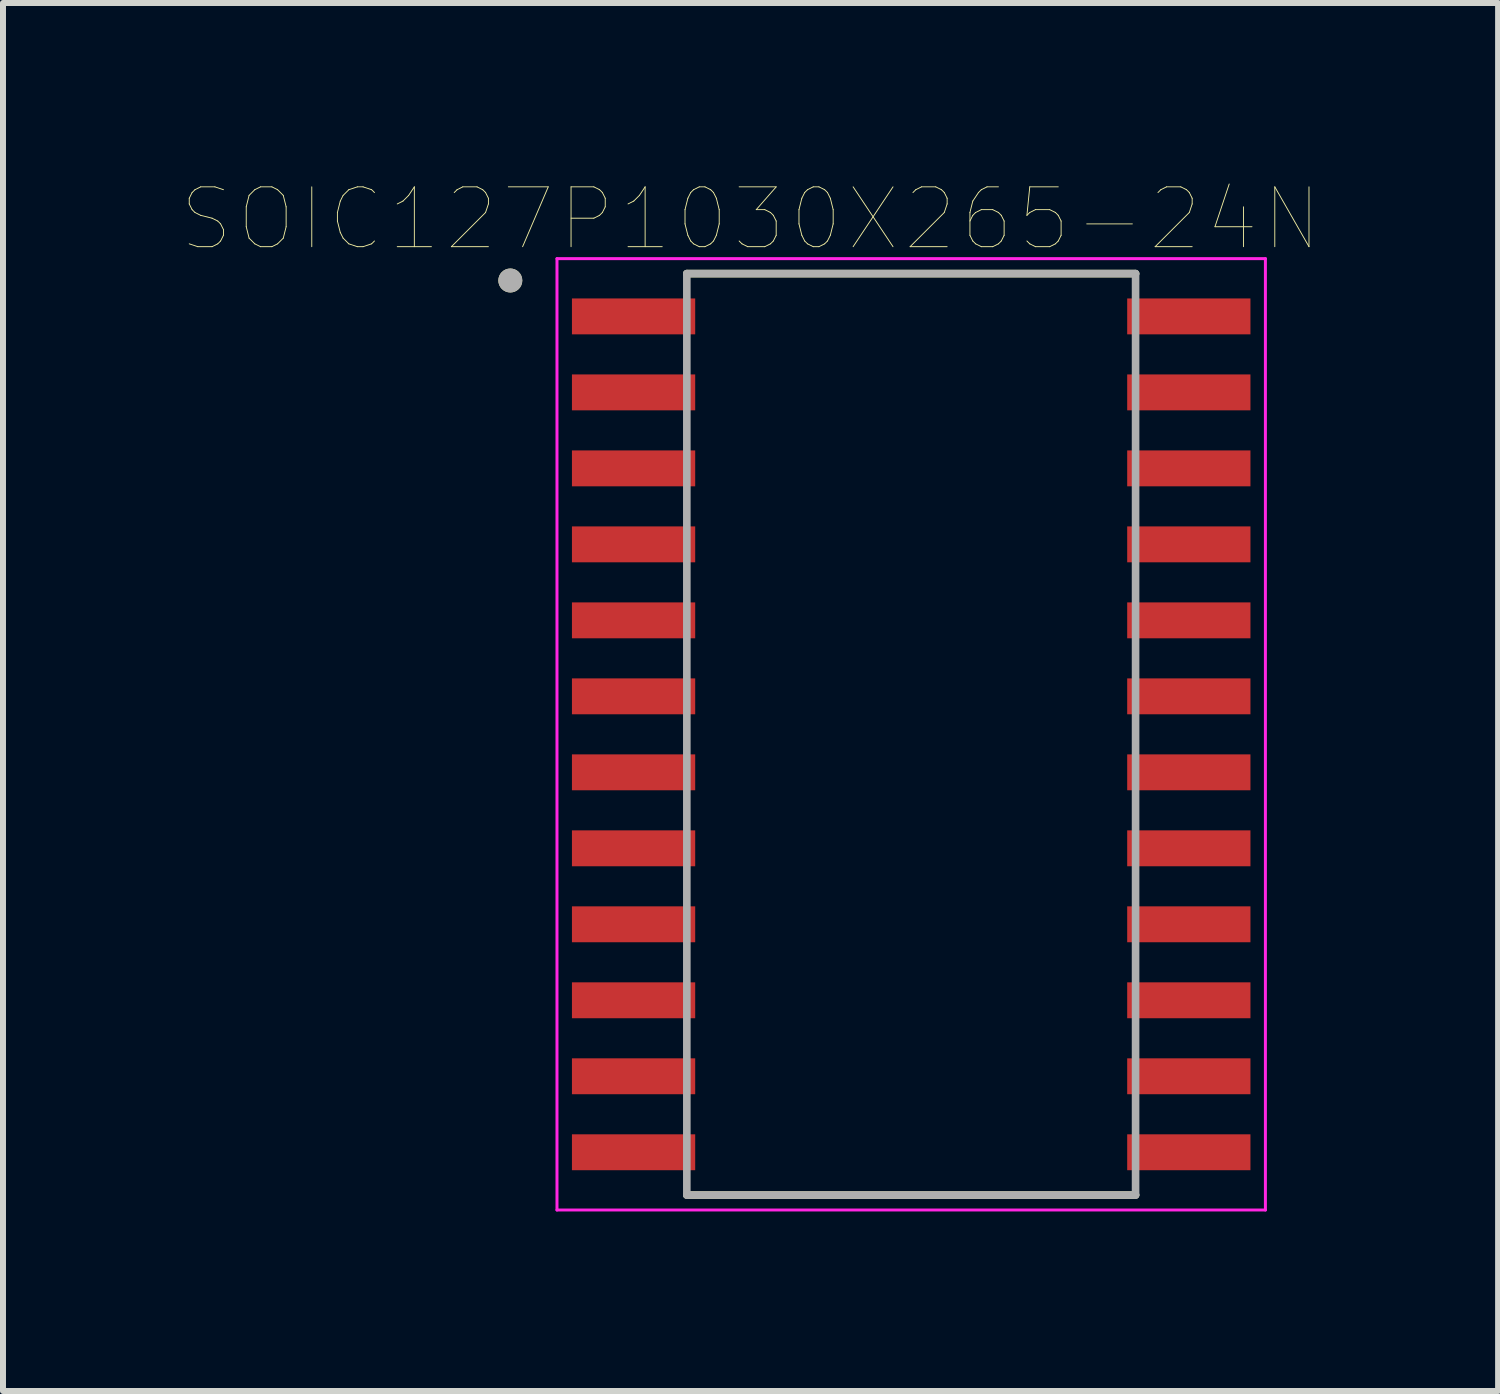
<source format=kicad_pcb>
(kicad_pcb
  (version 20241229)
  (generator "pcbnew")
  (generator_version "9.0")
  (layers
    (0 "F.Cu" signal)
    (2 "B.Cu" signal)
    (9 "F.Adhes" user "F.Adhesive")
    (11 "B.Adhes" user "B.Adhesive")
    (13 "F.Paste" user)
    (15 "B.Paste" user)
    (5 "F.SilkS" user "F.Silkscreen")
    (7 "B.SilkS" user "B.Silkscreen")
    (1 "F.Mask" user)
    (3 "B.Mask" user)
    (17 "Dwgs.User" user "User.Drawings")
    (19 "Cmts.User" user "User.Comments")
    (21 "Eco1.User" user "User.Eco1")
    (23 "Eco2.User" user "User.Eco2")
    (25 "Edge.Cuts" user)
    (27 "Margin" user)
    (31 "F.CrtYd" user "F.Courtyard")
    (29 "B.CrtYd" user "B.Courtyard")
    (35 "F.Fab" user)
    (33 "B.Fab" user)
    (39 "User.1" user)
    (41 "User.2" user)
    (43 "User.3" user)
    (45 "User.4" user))
  (footprint "SOIC127P1030X265-24N"
    (layer "F.Cu")
    (at 12.179 9.223)
    (property "Reference" "SOIC127P1030X265-24N" (at -2.685 -8.612 0) (layer "F.SilkS") (effects (font (size 1 1) (thickness 0.015))))
    (attr through_hole)
    (fp_line (start -3.75 -7.7) (end 3.75 -7.7) (stroke (width 0.127) (type solid)) (layer "F.SilkS"))
    (fp_line (start -3.75 7.7) (end 3.75 7.7) (stroke (width 0.127) (type solid)) (layer "F.SilkS"))
    (fp_circle (center -6.7 -7.585) (end -6.6 -7.585) (stroke (width 0.2) (type solid)) (fill no) (layer "F.SilkS"))
    (fp_line (start -5.92 -7.95) (end -5.92 7.95) (stroke (width 0.05) (type solid)) (layer "F.CrtYd"))
    (fp_line (start -5.92 -7.95) (end 5.92 -7.95) (stroke (width 0.05) (type solid)) (layer "F.CrtYd"))
    (fp_line (start -5.92 7.95) (end 5.92 7.95) (stroke (width 0.05) (type solid)) (layer "F.CrtYd"))
    (fp_line (start 5.92 -7.95) (end 5.92 7.95) (stroke (width 0.05) (type solid)) (layer "F.CrtYd"))
    (fp_line (start -3.75 -7.7) (end -3.75 7.7) (stroke (width 0.127) (type solid)) (layer "F.Fab"))
    (fp_line (start -3.75 -7.7) (end 3.75 -7.7) (stroke (width 0.127) (type solid)) (layer "F.Fab"))
    (fp_line (start -3.75 7.7) (end 3.75 7.7) (stroke (width 0.127) (type solid)) (layer "F.Fab"))
    (fp_line (start 3.75 -7.7) (end 3.75 7.7) (stroke (width 0.127) (type solid)) (layer "F.Fab"))
    (fp_circle (center -6.7 -7.585) (end -6.6 -7.585) (stroke (width 0.2) (type solid)) (fill no) (layer "F.Fab"))
    (pad "1" smd rect (at -4.64 -6.985) (size 2.06 0.6) (layers "F.Cu" "F.Mask" "F.Paste"))
    (pad "2" smd rect (at -4.64 -5.715) (size 2.06 0.6) (layers "F.Cu" "F.Mask" "F.Paste"))
    (pad "3" smd rect (at -4.64 -4.445) (size 2.06 0.6) (layers "F.Cu" "F.Mask" "F.Paste"))
    (pad "4" smd rect (at -4.64 -3.175) (size 2.06 0.6) (layers "F.Cu" "F.Mask" "F.Paste"))
    (pad "5" smd rect (at -4.64 -1.905) (size 2.06 0.6) (layers "F.Cu" "F.Mask" "F.Paste"))
    (pad "6" smd rect (at -4.64 -0.635) (size 2.06 0.6) (layers "F.Cu" "F.Mask" "F.Paste"))
    (pad "7" smd rect (at -4.64 0.635) (size 2.06 0.6) (layers "F.Cu" "F.Mask" "F.Paste"))
    (pad "8" smd rect (at -4.64 1.905) (size 2.06 0.6) (layers "F.Cu" "F.Mask" "F.Paste"))
    (pad "9" smd rect (at -4.64 3.175) (size 2.06 0.6) (layers "F.Cu" "F.Mask" "F.Paste"))
    (pad "10" smd rect (at -4.64 4.445) (size 2.06 0.6) (layers "F.Cu" "F.Mask" "F.Paste"))
    (pad "11" smd rect (at -4.64 5.715) (size 2.06 0.6) (layers "F.Cu" "F.Mask" "F.Paste"))
    (pad "12" smd rect (at -4.64 6.985) (size 2.06 0.6) (layers "F.Cu" "F.Mask" "F.Paste"))
    (pad "13" smd rect (at 4.64 6.985) (size 2.06 0.6) (layers "F.Cu" "F.Mask" "F.Paste"))
    (pad "14" smd rect (at 4.64 5.715) (size 2.06 0.6) (layers "F.Cu" "F.Mask" "F.Paste"))
    (pad "15" smd rect (at 4.64 4.445) (size 2.06 0.6) (layers "F.Cu" "F.Mask" "F.Paste"))
    (pad "16" smd rect (at 4.64 3.175) (size 2.06 0.6) (layers "F.Cu" "F.Mask" "F.Paste"))
    (pad "17" smd rect (at 4.64 1.905) (size 2.06 0.6) (layers "F.Cu" "F.Mask" "F.Paste"))
    (pad "18" smd rect (at 4.64 0.635) (size 2.06 0.6) (layers "F.Cu" "F.Mask" "F.Paste"))
    (pad "19" smd rect (at 4.64 -0.635) (size 2.06 0.6) (layers "F.Cu" "F.Mask" "F.Paste"))
    (pad "20" smd rect (at 4.64 -1.905) (size 2.06 0.6) (layers "F.Cu" "F.Mask" "F.Paste"))
    (pad "21" smd rect (at 4.64 -3.175) (size 2.06 0.6) (layers "F.Cu" "F.Mask" "F.Paste"))
    (pad "22" smd rect (at 4.64 -4.445) (size 2.06 0.6) (layers "F.Cu" "F.Mask" "F.Paste"))
    (pad "23" smd rect (at 4.64 -5.715) (size 2.06 0.6) (layers "F.Cu" "F.Mask" "F.Paste"))
    (pad "24" smd rect (at 4.64 -6.985) (size 2.06 0.6) (layers "F.Cu" "F.Mask" "F.Paste")))
  (gr_rect
    (start -3 -3)
    (end 21.988 20.198)
    (stroke (width 0.1) (type default))
    (fill no)
    (layer "Edge.Cuts")))
</source>
